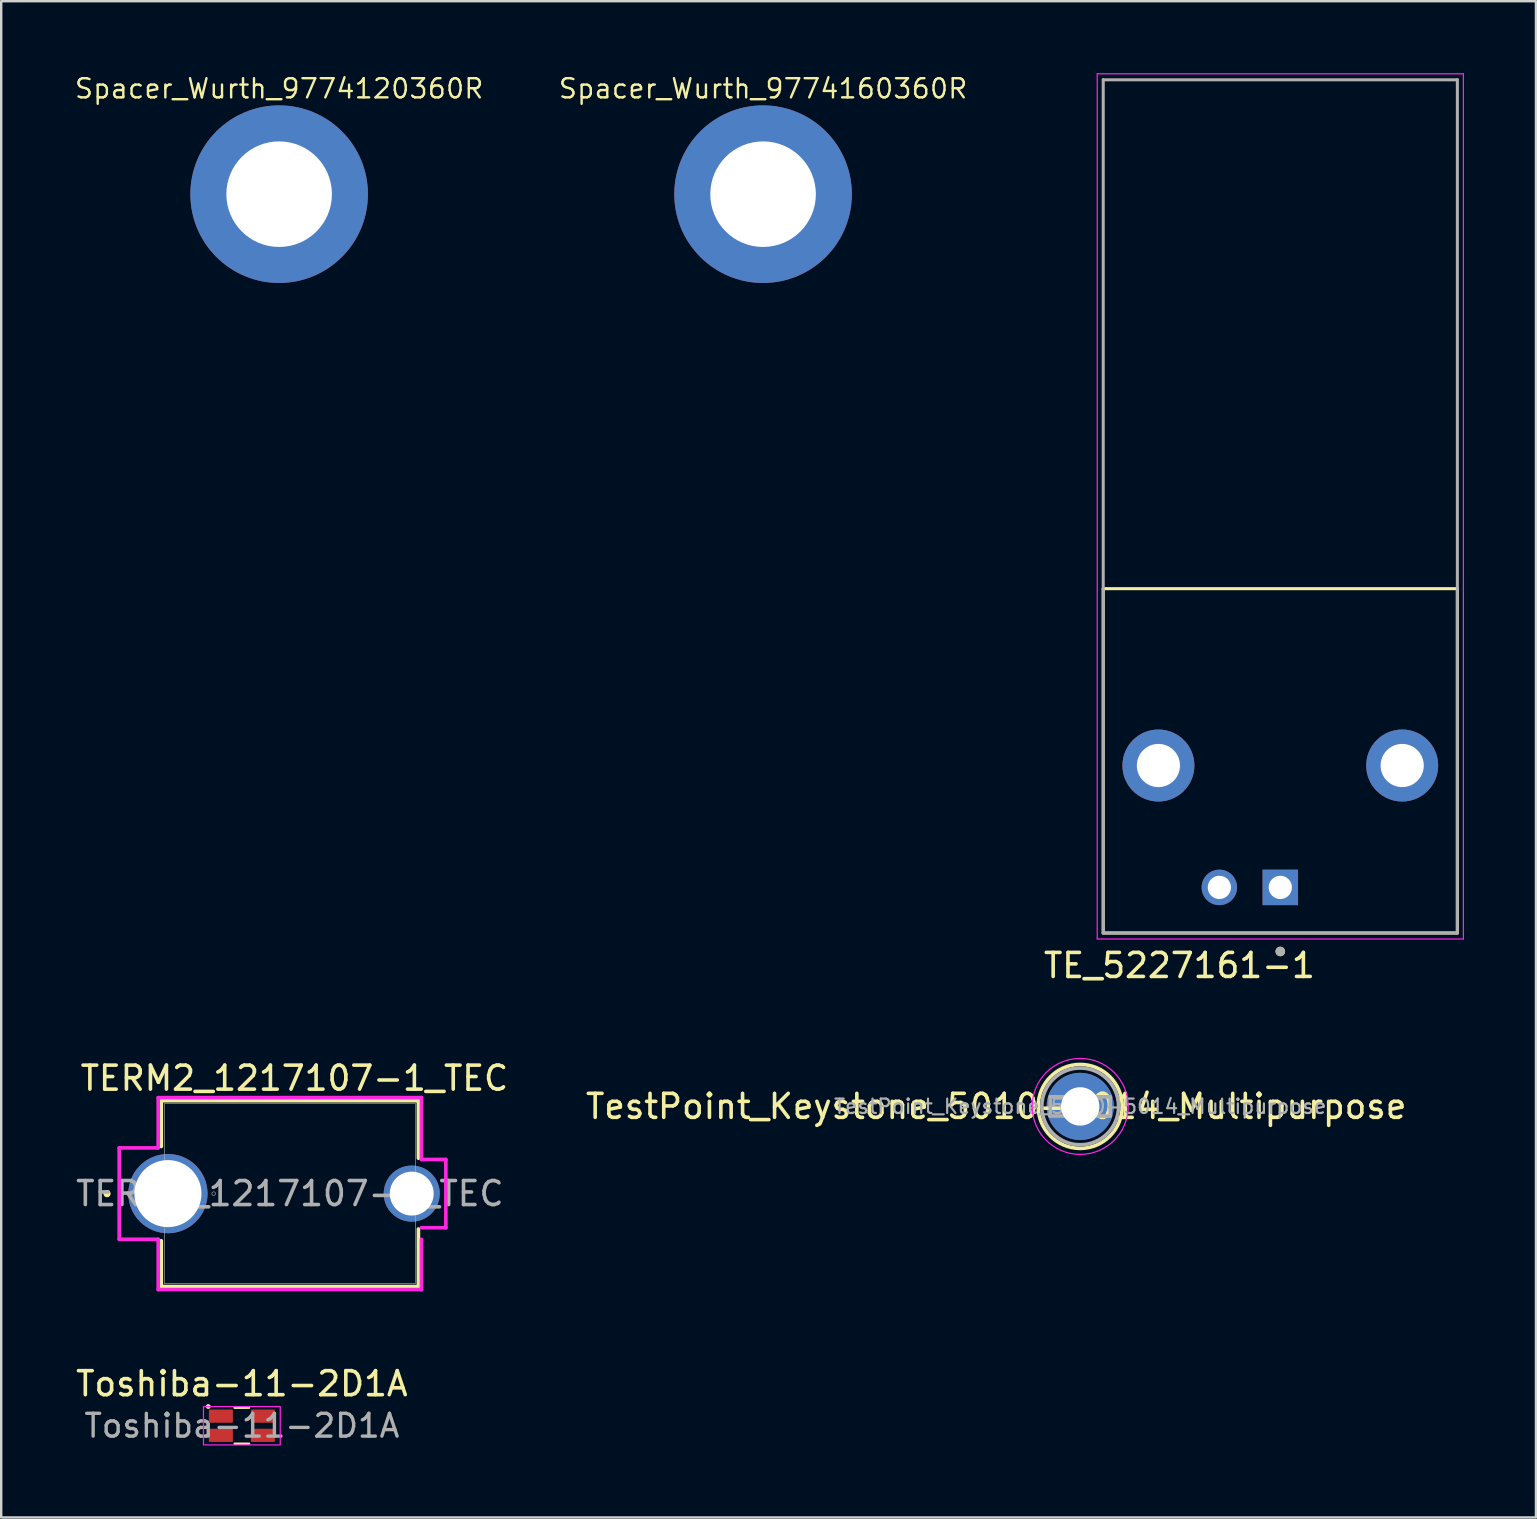
<source format=kicad_pcb>
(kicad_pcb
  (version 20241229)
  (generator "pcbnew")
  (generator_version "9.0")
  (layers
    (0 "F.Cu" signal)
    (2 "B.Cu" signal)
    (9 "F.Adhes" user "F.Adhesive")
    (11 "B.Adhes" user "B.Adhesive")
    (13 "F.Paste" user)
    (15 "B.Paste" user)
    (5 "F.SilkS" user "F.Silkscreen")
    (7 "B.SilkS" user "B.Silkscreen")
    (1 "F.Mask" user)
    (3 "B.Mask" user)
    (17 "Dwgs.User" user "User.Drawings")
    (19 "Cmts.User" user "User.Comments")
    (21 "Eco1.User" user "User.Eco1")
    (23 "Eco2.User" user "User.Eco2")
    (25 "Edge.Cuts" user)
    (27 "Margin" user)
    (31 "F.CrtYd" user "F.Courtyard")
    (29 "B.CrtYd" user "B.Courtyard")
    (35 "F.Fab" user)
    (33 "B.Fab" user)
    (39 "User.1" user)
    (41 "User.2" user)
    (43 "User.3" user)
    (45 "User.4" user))
  (footprint "Spacer_Wurth_9774120360R"
    (layer "F.Cu")
    (at 8.584 5.043)
    (property "Reference" "Spacer_Wurth_9774120360R" (at 0 -4.4 0) (unlocked yes) (layer "F.SilkS") (effects (font (size 0.8 0.8) (thickness 0.1))))
    (attr smd)
    (pad "1" thru_hole circle (at 0 0) (size 7.4 7.4) (drill 4.4) (layers "*.Cu" "*.Mask" "F.Paste")))
  (footprint "TestPoint_Keystone_5010-5014_Multipurpose"
    (layer "F.Cu")
    (at 41.97 43.063)
    (property "Reference" "TestPoint_Keystone_5010-5014_Multipurpose" (at -3.5 0 0) (layer "F.SilkS") (effects (font (size 1 1) (thickness 0.15))))
    (attr through_hole)
    (fp_circle (center 0 0) (end 1.75 0) (stroke (width 0.15) (type solid)) (fill no) (layer "F.SilkS"))
    (fp_circle (center 0 0) (end 2 0) (stroke (width 0.05) (type solid)) (fill no) (layer "F.CrtYd"))
    (fp_line (start -1.25 -0.4) (end 1.25 -0.4) (stroke (width 0.15) (type solid)) (layer "F.Fab"))
    (fp_line (start -1.25 0.4) (end -1.25 -0.4) (stroke (width 0.15) (type solid)) (layer "F.Fab"))
    (fp_line (start 1.25 -0.4) (end 1.25 0.4) (stroke (width 0.15) (type solid)) (layer "F.Fab"))
    (fp_line (start 1.25 0.4) (end -1.25 0.4) (stroke (width 0.15) (type solid)) (layer "F.Fab"))
    (fp_circle (center 0 0) (end 1.6 0) (stroke (width 0.15) (type solid)) (fill no) (layer "F.Fab"))
    (fp_text user "${REFERENCE}" (at 0 0 0) (layer "F.Fab") (effects (font (size 0.6 0.6) (thickness 0.09))))
    (pad "1" thru_hole circle (at 0 0) (size 2.8 2.8) (drill 1.6) (layers "*.Cu" "*.Mask")))
  (footprint "TE_5227161-1"
    (layer "F.Cu")
    (at 50.31 28.855)
    (property "Reference" "TE_5227161-1" (at -4.205 8.335 0) (layer "F.SilkS") (effects (font (size 1 1) (thickness 0.15))))
    (attr through_hole)
    (fp_line (start -7.38 -7.37) (end 7.38 -7.37) (stroke (width 0.127) (type solid)) (layer "F.SilkS"))
    (fp_line (start -7.38 6.98) (end -7.38 -7.37) (stroke (width 0.127) (type solid)) (layer "F.SilkS"))
    (fp_line (start 7.38 -7.37) (end 7.38 6.98) (stroke (width 0.127) (type solid)) (layer "F.SilkS"))
    (fp_line (start 7.38 6.98) (end -7.38 6.98) (stroke (width 0.127) (type solid)) (layer "F.SilkS"))
    (fp_circle (center 0 7.75) (end 0.1 7.75) (stroke (width 0.2) (type solid)) (fill no) (layer "F.SilkS"))
    (fp_line (start -7.63 -28.83) (end 7.63 -28.83) (stroke (width 0.05) (type solid)) (layer "F.CrtYd"))
    (fp_line (start -7.63 7.23) (end -7.63 -28.83) (stroke (width 0.05) (type solid)) (layer "F.CrtYd"))
    (fp_line (start 7.63 -28.83) (end 7.63 7.23) (stroke (width 0.05) (type solid)) (layer "F.CrtYd"))
    (fp_line (start 7.63 7.23) (end -7.63 7.23) (stroke (width 0.05) (type solid)) (layer "F.CrtYd"))
    (fp_line (start -7.38 -28.58) (end 7.38 -28.58) (stroke (width 0.127) (type solid)) (layer "F.Fab"))
    (fp_line (start -7.38 6.98) (end -7.38 -28.58) (stroke (width 0.127) (type solid)) (layer "F.Fab"))
    (fp_line (start 7.38 -28.58) (end 7.38 6.98) (stroke (width 0.127) (type solid)) (layer "F.Fab"))
    (fp_line (start 7.38 6.98) (end -7.38 6.98) (stroke (width 0.127) (type solid)) (layer "F.Fab"))
    (fp_circle (center 0 7.75) (end 0.1 7.75) (stroke (width 0.2) (type solid)) (fill no) (layer "F.Fab"))
    (pad "1" thru_hole circle (at -5.08 0) (size 3 3) (drill 1.8) (layers "*.Cu" "*.Mask"))
    (pad "1" thru_hole circle (at -2.54 5.08) (size 1.478 1.478) (drill 0.97) (layers "*.Cu" "*.Mask"))
    (pad "1" thru_hole circle (at 5.08 0) (size 3 3) (drill 1.8) (layers "*.Cu" "*.Mask"))
    (pad "2" thru_hole rect (at 0 5.08) (size 1.478 1.478) (drill 0.97) (layers "*.Cu" "*.Mask")))
  (footprint "Spacer_Wurth_9774160360R"
    (layer "F.Cu")
    (at 28.753 5.043)
    (property "Reference" "Spacer_Wurth_9774160360R" (at 0 -4.4 0) (unlocked yes) (layer "F.SilkS") (effects (font (size 0.8 0.8) (thickness 0.1))))
    (attr smd)
    (pad "" np_thru_hole circle (at 0 0) (size 7.4 7.4) (drill 4.4) (layers "*.Cu" "*.Mask" "F.Paste")))
  (footprint "Toshiba-11-2D1A"
    (layer "F.Cu")
    (at 7.03 56.371)
    (property "Reference" "Toshiba-11-2D1A" (at 0 -1.75 0) (layer "F.SilkS") (effects (font (size 1 1) (thickness 0.15))))
    (attr smd)
    (fp_line (start -0.3 -0.75) (end 0.3 -0.75) (stroke (width 0.1) (type default)) (layer "F.SilkS"))
    (fp_line (start -0.3 0.75) (end 0.3 0.75) (stroke (width 0.1) (type default)) (layer "F.SilkS"))
    (fp_circle (center -1.4 -0.8) (end -1.35 -0.8) (stroke (width 0.1) (type default)) (fill no) (layer "F.SilkS"))
    (fp_rect (start -1.6 -0.8) (end 1.6 0.8) (stroke (width 0.05) (type default)) (fill no) (layer "F.CrtYd"))
    (fp_text user "${REFERENCE}" (at 0 0 0) (layer "F.Fab") (effects (font (size 0.95 0.95) (thickness 0.14))))
    (pad "1" smd roundrect (at -0.875 -0.4) (size 1 0.55) (layers "F.Cu" "F.Mask" "F.Paste") (roundrect_rratio 0.05))
    (pad "2" smd roundrect (at -0.875 0.4) (size 1 0.55) (layers "F.Cu" "F.Mask" "F.Paste") (roundrect_rratio 0.05))
    (pad "3" smd roundrect (at 0.875 0.4) (size 1 0.55) (layers "F.Cu" "F.Mask" "F.Paste") (roundrect_rratio 0.05))
    (pad "4" smd roundrect (at 0.875 -0.4) (size 1 0.55) (layers "F.Cu" "F.Mask" "F.Paste") (roundrect_rratio 0.05)))
  (footprint "TERM2_1217107-1_TEC"
    (layer "F.Cu")
    (at 14.11 46.697)
    (property "Reference" "TERM2_1217107-1_TEC" (at -4.89 -4.81 0) (unlocked yes) (layer "F.SilkS") (effects (font (size 1 1) (thickness 0.15))))
    (attr through_hole)
    (fp_line (start -10.439 -3.873) (end -10.439 -1.964) (stroke (width 0.152) (type solid)) (layer "F.SilkS"))
    (fp_line (start -10.439 1.964) (end -10.439 3.873) (stroke (width 0.152) (type solid)) (layer "F.SilkS"))
    (fp_line (start -10.439 3.873) (end 0.279 3.873) (stroke (width 0.152) (type solid)) (layer "F.SilkS"))
    (fp_line (start 0.279 -3.873) (end -10.439 -3.873) (stroke (width 0.152) (type solid)) (layer "F.SilkS"))
    (fp_line (start 0.279 -1.475) (end 0.279 -3.873) (stroke (width 0.152) (type solid)) (layer "F.SilkS"))
    (fp_line (start 0.279 3.873) (end 0.279 1.475) (stroke (width 0.152) (type solid)) (layer "F.SilkS"))
    (fp_circle (center -12.7 0) (end -12.624 0) (stroke (width 0.152) (type solid)) (fill no) (layer "F.SilkS"))
    (fp_line (start -12.192 -1.905) (end -10.566 -1.905) (stroke (width 0.152) (type solid)) (layer "F.CrtYd"))
    (fp_line (start -12.192 1.905) (end -12.192 -1.905) (stroke (width 0.152) (type solid)) (layer "F.CrtYd"))
    (fp_line (start -10.566 -4) (end 0.406 -4) (stroke (width 0.152) (type solid)) (layer "F.CrtYd"))
    (fp_line (start -10.566 -1.905) (end -10.566 -4) (stroke (width 0.152) (type solid)) (layer "F.CrtYd"))
    (fp_line (start -10.566 1.905) (end -12.192 1.905) (stroke (width 0.152) (type solid)) (layer "F.CrtYd"))
    (fp_line (start -10.566 4) (end -10.566 1.905) (stroke (width 0.152) (type solid)) (layer "F.CrtYd"))
    (fp_line (start -10.566 4) (end 0.406 4) (stroke (width 0.152) (type solid)) (layer "F.CrtYd"))
    (fp_line (start 0.406 -4) (end 0.406 -1.422) (stroke (width 0.152) (type solid)) (layer "F.CrtYd"))
    (fp_line (start 0.406 -1.422) (end 1.422 -1.422) (stroke (width 0.152) (type solid)) (layer "F.CrtYd"))
    (fp_line (start 0.406 1.905) (end 0.406 4) (stroke (width 0.152) (type solid)) (layer "F.CrtYd"))
    (fp_line (start 1.422 -1.422) (end 1.422 1.422) (stroke (width 0.152) (type solid)) (layer "F.CrtYd"))
    (fp_line (start 1.422 1.422) (end 0.406 1.422) (stroke (width 0.152) (type solid)) (layer "F.CrtYd"))
    (fp_line (start -10.312 -3.747) (end -10.312 3.747) (stroke (width 0.025) (type solid)) (layer "F.Fab"))
    (fp_line (start -10.312 3.747) (end 0.152 3.747) (stroke (width 0.025) (type solid)) (layer "F.Fab"))
    (fp_line (start 0.152 -3.747) (end -10.312 -3.747) (stroke (width 0.025) (type solid)) (layer "F.Fab"))
    (fp_line (start 0.152 3.747) (end 0.152 -3.747) (stroke (width 0.025) (type solid)) (layer "F.Fab"))
    (fp_circle (center -8.255 0) (end -8.179 0) (stroke (width 0.025) (type solid)) (fill no) (layer "F.Fab"))
    (fp_text user "${REFERENCE}" (at -5.08 0 0) (unlocked yes) (layer "F.Fab") (effects (font (size 1 1) (thickness 0.15))))
    (pad "1" thru_hole circle (at -10.16 0) (size 3.302 3.302) (drill 2.794) (layers "*.Cu" "*.Mask"))
    (pad "2" thru_hole circle (at 0 0) (size 2.337 2.337) (drill 1.829) (layers "*.Cu" "*.Mask")))
  (gr_rect
    (start -3 -3)
    (end 60.965 60.196)
    (stroke (width 0.1) (type default))
    (fill no)
    (layer "Edge.Cuts")))
</source>
